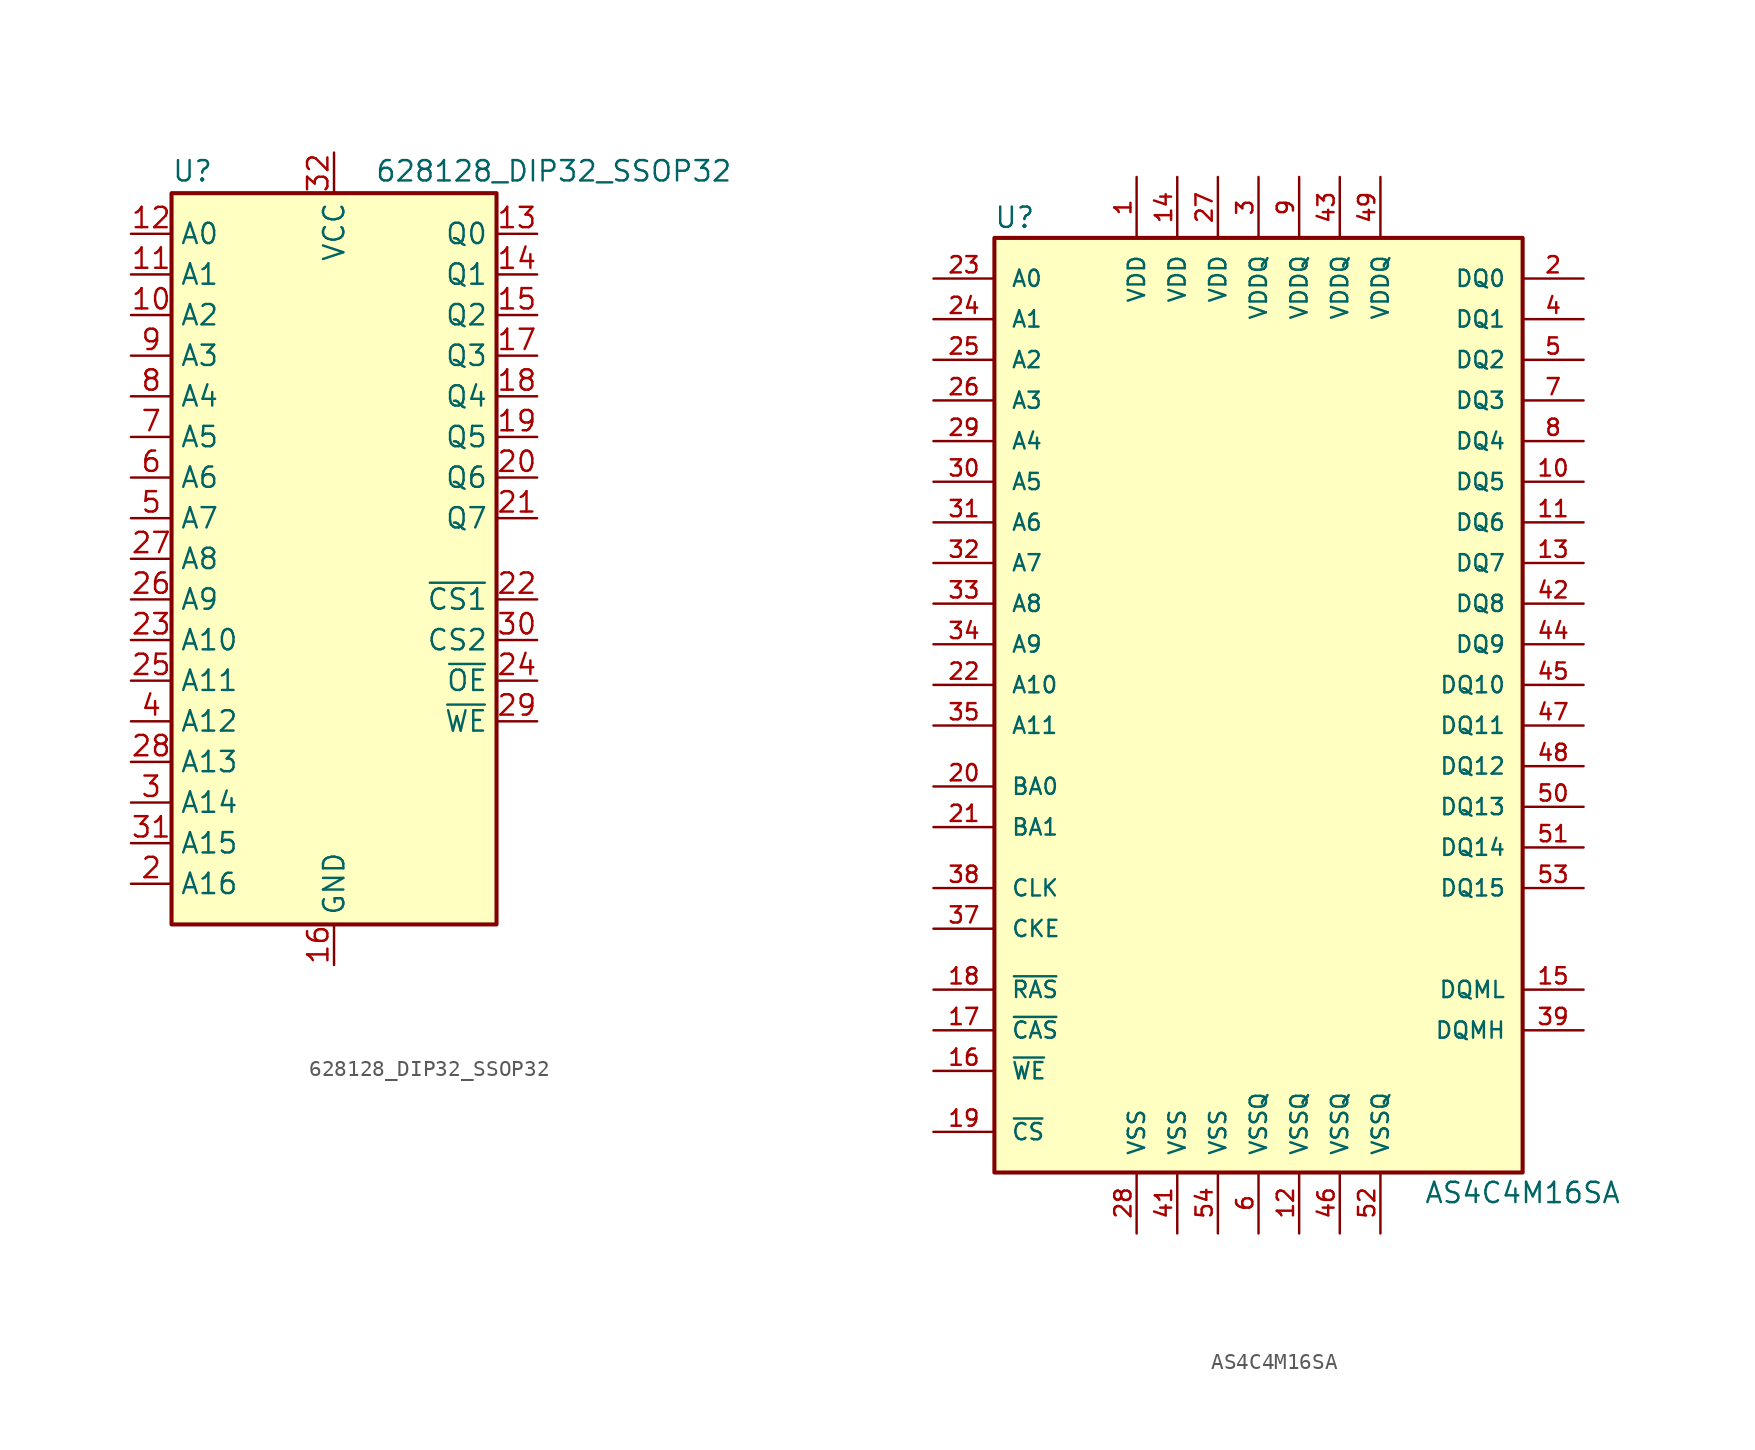
<source format=kicad_sym>
(kicad_symbol_lib
  (version 20201005)
  (generator kicad_symbol_editor)
  (symbol "628128_DIP32_SSOP32"
    (property "Reference" "U"
      (at -10.16 23.495 0)
      (effects (font (size 1.27 1.27)) (justify left bottom)))
    (property "Value" "628128_DIP32_SSOP32"
      (at 2.54 23.495 0)
      (effects (font (size 1.27 1.27)) (justify left bottom)))
    (symbol "628128_DIP32_SSOP32_0_0"
      (pin power_in line (at 0 -25.4 90) (length 2.54) (name "GND" (effects (font (size 1.27 1.27)))) (number "16" (effects (font (size 1.27 1.27)))))
      (pin power_in line (at 0 25.4 270) (length 2.54) (name "VCC" (effects (font (size 1.27 1.27)))) (number "32" (effects (font (size 1.27 1.27))))))
    (symbol "628128_DIP32_SSOP32_0_1"
      (rectangle (start -10.16 22.86) (end 10.16 -22.86) (stroke (width 0.254)) (fill (type background))))
    (symbol "628128_DIP32_SSOP32_1_1"
      (pin no_connect line (at 10.16 -20.32 180) (length 2.54) hide (name "NC" (effects (font (size 1.27 1.27)))) (number "1" (effects (font (size 1.27 1.27)))))
      (pin input line (at -12.7 15.24 0) (length 2.54) (name "A2" (effects (font (size 1.27 1.27)))) (number "10" (effects (font (size 1.27 1.27)))))
      (pin input line (at -12.7 17.78 0) (length 2.54) (name "A1" (effects (font (size 1.27 1.27)))) (number "11" (effects (font (size 1.27 1.27)))))
      (pin input line (at -12.7 20.32 0) (length 2.54) (name "A0" (effects (font (size 1.27 1.27)))) (number "12" (effects (font (size 1.27 1.27)))))
      (pin tri_state line (at 12.7 20.32 180) (length 2.54) (name "Q0" (effects (font (size 1.27 1.27)))) (number "13" (effects (font (size 1.27 1.27)))))
      (pin tri_state line (at 12.7 17.78 180) (length 2.54) (name "Q1" (effects (font (size 1.27 1.27)))) (number "14" (effects (font (size 1.27 1.27)))))
      (pin tri_state line (at 12.7 15.24 180) (length 2.54) (name "Q2" (effects (font (size 1.27 1.27)))) (number "15" (effects (font (size 1.27 1.27)))))
      (pin tri_state line (at 12.7 12.7 180) (length 2.54) (name "Q3" (effects (font (size 1.27 1.27)))) (number "17" (effects (font (size 1.27 1.27)))))
      (pin tri_state line (at 12.7 10.16 180) (length 2.54) (name "Q4" (effects (font (size 1.27 1.27)))) (number "18" (effects (font (size 1.27 1.27)))))
      (pin tri_state line (at 12.7 7.62 180) (length 2.54) (name "Q5" (effects (font (size 1.27 1.27)))) (number "19" (effects (font (size 1.27 1.27)))))
      (pin input line (at -12.7 -20.32 0) (length 2.54) (name "A16" (effects (font (size 1.27 1.27)))) (number "2" (effects (font (size 1.27 1.27)))))
      (pin tri_state line (at 12.7 5.08 180) (length 2.54) (name "Q6" (effects (font (size 1.27 1.27)))) (number "20" (effects (font (size 1.27 1.27)))))
      (pin tri_state line (at 12.7 2.54 180) (length 2.54) (name "Q7" (effects (font (size 1.27 1.27)))) (number "21" (effects (font (size 1.27 1.27)))))
      (pin input line (at 12.7 -2.54 180) (length 2.54) (name "~CS1" (effects (font (size 1.27 1.27)))) (number "22" (effects (font (size 1.27 1.27)))))
      (pin input line (at -12.7 -5.08 0) (length 2.54) (name "A10" (effects (font (size 1.27 1.27)))) (number "23" (effects (font (size 1.27 1.27)))))
      (pin input line (at 12.7 -7.62 180) (length 2.54) (name "~OE" (effects (font (size 1.27 1.27)))) (number "24" (effects (font (size 1.27 1.27)))))
      (pin input line (at -12.7 -7.62 0) (length 2.54) (name "A11" (effects (font (size 1.27 1.27)))) (number "25" (effects (font (size 1.27 1.27)))))
      (pin input line (at -12.7 -2.54 0) (length 2.54) (name "A9" (effects (font (size 1.27 1.27)))) (number "26" (effects (font (size 1.27 1.27)))))
      (pin input line (at -12.7 0 0) (length 2.54) (name "A8" (effects (font (size 1.27 1.27)))) (number "27" (effects (font (size 1.27 1.27)))))
      (pin input line (at -12.7 -12.7 0) (length 2.54) (name "A13" (effects (font (size 1.27 1.27)))) (number "28" (effects (font (size 1.27 1.27)))))
      (pin input line (at 12.7 -10.16 180) (length 2.54) (name "~WE" (effects (font (size 1.27 1.27)))) (number "29" (effects (font (size 1.27 1.27)))))
      (pin input line (at -12.7 -15.24 0) (length 2.54) (name "A14" (effects (font (size 1.27 1.27)))) (number "3" (effects (font (size 1.27 1.27)))))
      (pin input line (at 12.7 -5.08 180) (length 2.54) (name "CS2" (effects (font (size 1.27 1.27)))) (number "30" (effects (font (size 1.27 1.27)))))
      (pin input line (at -12.7 -17.78 0) (length 2.54) (name "A15" (effects (font (size 1.27 1.27)))) (number "31" (effects (font (size 1.27 1.27)))))
      (pin input line (at -12.7 -10.16 0) (length 2.54) (name "A12" (effects (font (size 1.27 1.27)))) (number "4" (effects (font (size 1.27 1.27)))))
      (pin input line (at -12.7 2.54 0) (length 2.54) (name "A7" (effects (font (size 1.27 1.27)))) (number "5" (effects (font (size 1.27 1.27)))))
      (pin input line (at -12.7 5.08 0) (length 2.54) (name "A6" (effects (font (size 1.27 1.27)))) (number "6" (effects (font (size 1.27 1.27)))))
      (pin input line (at -12.7 7.62 0) (length 2.54) (name "A5" (effects (font (size 1.27 1.27)))) (number "7" (effects (font (size 1.27 1.27)))))
      (pin input line (at -12.7 10.16 0) (length 2.54) (name "A4" (effects (font (size 1.27 1.27)))) (number "8" (effects (font (size 1.27 1.27)))))
      (pin input line (at -12.7 12.7 0) (length 2.54) (name "A3" (effects (font (size 1.27 1.27)))) (number "9" (effects (font (size 1.27 1.27)))))))
  (symbol "AS4C4M16SA"
    (pin_names
      (offset 1.016))
    (property "Reference" "U"
      (at -15.24 30.48 0)
      (effects (font (size 1.27 1.27))))
    (property "Value" "AS4C4M16SA"
      (at 16.51 -30.48 0)
      (effects (font (size 1.27 1.27))))
    (symbol "AS4C4M16SA_0_1"
      (rectangle (start -16.51 29.21) (end 16.51 -29.21) (stroke (width 0.254)) (fill (type background))))
    (symbol "AS4C4M16SA_1_1"
      (pin power_in line (at -7.62 33.02 270) (length 3.81) (name "VDD" (effects (font (size 1.016 1.016)))) (number "1" (effects (font (size 1.016 1.016)))))
      (pin bidirectional line (at 20.32 13.97 180) (length 3.81) (name "DQ5" (effects (font (size 1.016 1.016)))) (number "10" (effects (font (size 1.016 1.016)))))
      (pin bidirectional line (at 20.32 11.43 180) (length 3.81) (name "DQ6" (effects (font (size 1.016 1.016)))) (number "11" (effects (font (size 1.016 1.016)))))
      (pin power_in line (at 2.54 -33.02 90) (length 3.81) (name "VSSQ" (effects (font (size 1.016 1.016)))) (number "12" (effects (font (size 1.016 1.016)))))
      (pin bidirectional line (at 20.32 8.89 180) (length 3.81) (name "DQ7" (effects (font (size 1.016 1.016)))) (number "13" (effects (font (size 1.016 1.016)))))
      (pin power_in line (at -5.08 33.02 270) (length 3.81) (name "VDD" (effects (font (size 1.016 1.016)))) (number "14" (effects (font (size 1.016 1.016)))))
      (pin input line (at 20.32 -17.78 180) (length 3.81) (name "DQML" (effects (font (size 1.016 1.016)))) (number "15" (effects (font (size 1.016 1.016)))))
      (pin input line (at -20.32 -22.86 0) (length 3.81) (name "~WE~" (effects (font (size 1.016 1.016)))) (number "16" (effects (font (size 1.016 1.016)))))
      (pin input line (at -20.32 -20.32 0) (length 3.81) (name "~CAS~" (effects (font (size 1.016 1.016)))) (number "17" (effects (font (size 1.016 1.016)))))
      (pin input line (at -20.32 -17.78 0) (length 3.81) (name "~RAS~" (effects (font (size 1.016 1.016)))) (number "18" (effects (font (size 1.016 1.016)))))
      (pin input line (at -20.32 -26.67 0) (length 3.81) (name "~CS~" (effects (font (size 1.016 1.016)))) (number "19" (effects (font (size 1.016 1.016)))))
      (pin bidirectional line (at 20.32 26.67 180) (length 3.81) (name "DQ0" (effects (font (size 1.016 1.016)))) (number "2" (effects (font (size 1.016 1.016)))))
      (pin input line (at -20.32 -5.08 0) (length 3.81) (name "BA0" (effects (font (size 1.016 1.016)))) (number "20" (effects (font (size 1.016 1.016)))))
      (pin input line (at -20.32 -7.62 0) (length 3.81) (name "BA1" (effects (font (size 1.016 1.016)))) (number "21" (effects (font (size 1.016 1.016)))))
      (pin input line (at -20.32 1.27 0) (length 3.81) (name "A10" (effects (font (size 1.016 1.016)))) (number "22" (effects (font (size 1.016 1.016)))))
      (pin input line (at -20.32 26.67 0) (length 3.81) (name "A0" (effects (font (size 1.016 1.016)))) (number "23" (effects (font (size 1.016 1.016)))))
      (pin input line (at -20.32 24.13 0) (length 3.81) (name "A1" (effects (font (size 1.016 1.016)))) (number "24" (effects (font (size 1.016 1.016)))))
      (pin input line (at -20.32 21.59 0) (length 3.81) (name "A2" (effects (font (size 1.016 1.016)))) (number "25" (effects (font (size 1.016 1.016)))))
      (pin input line (at -20.32 19.05 0) (length 3.81) (name "A3" (effects (font (size 1.016 1.016)))) (number "26" (effects (font (size 1.016 1.016)))))
      (pin power_in line (at -2.54 33.02 270) (length 3.81) (name "VDD" (effects (font (size 1.016 1.016)))) (number "27" (effects (font (size 1.016 1.016)))))
      (pin power_in line (at -7.62 -33.02 90) (length 3.81) (name "VSS" (effects (font (size 1.016 1.016)))) (number "28" (effects (font (size 1.016 1.016)))))
      (pin input line (at -20.32 16.51 0) (length 3.81) (name "A4" (effects (font (size 1.016 1.016)))) (number "29" (effects (font (size 1.016 1.016)))))
      (pin power_in line (at 0 33.02 270) (length 3.81) (name "VDDQ" (effects (font (size 1.016 1.016)))) (number "3" (effects (font (size 1.016 1.016)))))
      (pin input line (at -20.32 13.97 0) (length 3.81) (name "A5" (effects (font (size 1.016 1.016)))) (number "30" (effects (font (size 1.016 1.016)))))
      (pin input line (at -20.32 11.43 0) (length 3.81) (name "A6" (effects (font (size 1.016 1.016)))) (number "31" (effects (font (size 1.016 1.016)))))
      (pin input line (at -20.32 8.89 0) (length 3.81) (name "A7" (effects (font (size 1.016 1.016)))) (number "32" (effects (font (size 1.016 1.016)))))
      (pin input line (at -20.32 6.35 0) (length 3.81) (name "A8" (effects (font (size 1.016 1.016)))) (number "33" (effects (font (size 1.016 1.016)))))
      (pin input line (at -20.32 3.81 0) (length 3.81) (name "A9" (effects (font (size 1.016 1.016)))) (number "34" (effects (font (size 1.016 1.016)))))
      (pin input line (at -20.32 -1.27 0) (length 3.81) (name "A11" (effects (font (size 1.016 1.016)))) (number "35" (effects (font (size 1.016 1.016)))))
      (pin input line (at -20.32 -13.97 0) (length 3.81) (name "CKE" (effects (font (size 1.016 1.016)))) (number "37" (effects (font (size 1.016 1.016)))))
      (pin input line (at -20.32 -11.43 0) (length 3.81) (name "CLK" (effects (font (size 1.016 1.016)))) (number "38" (effects (font (size 1.016 1.016)))))
      (pin input line (at 20.32 -20.32 180) (length 3.81) (name "DQMH" (effects (font (size 1.016 1.016)))) (number "39" (effects (font (size 1.016 1.016)))))
      (pin bidirectional line (at 20.32 24.13 180) (length 3.81) (name "DQ1" (effects (font (size 1.016 1.016)))) (number "4" (effects (font (size 1.016 1.016)))))
      (pin power_in line (at -5.08 -33.02 90) (length 3.81) (name "VSS" (effects (font (size 1.016 1.016)))) (number "41" (effects (font (size 1.016 1.016)))))
      (pin bidirectional line (at 20.32 6.35 180) (length 3.81) (name "DQ8" (effects (font (size 1.016 1.016)))) (number "42" (effects (font (size 1.016 1.016)))))
      (pin power_in line (at 5.08 33.02 270) (length 3.81) (name "VDDQ" (effects (font (size 1.016 1.016)))) (number "43" (effects (font (size 1.016 1.016)))))
      (pin bidirectional line (at 20.32 3.81 180) (length 3.81) (name "DQ9" (effects (font (size 1.016 1.016)))) (number "44" (effects (font (size 1.016 1.016)))))
      (pin bidirectional line (at 20.32 1.27 180) (length 3.81) (name "DQ10" (effects (font (size 1.016 1.016)))) (number "45" (effects (font (size 1.016 1.016)))))
      (pin power_in line (at 5.08 -33.02 90) (length 3.81) (name "VSSQ" (effects (font (size 1.016 1.016)))) (number "46" (effects (font (size 1.016 1.016)))))
      (pin bidirectional line (at 20.32 -1.27 180) (length 3.81) (name "DQ11" (effects (font (size 1.016 1.016)))) (number "47" (effects (font (size 1.016 1.016)))))
      (pin bidirectional line (at 20.32 -3.81 180) (length 3.81) (name "DQ12" (effects (font (size 1.016 1.016)))) (number "48" (effects (font (size 1.016 1.016)))))
      (pin power_in line (at 7.62 33.02 270) (length 3.81) (name "VDDQ" (effects (font (size 1.016 1.016)))) (number "49" (effects (font (size 1.016 1.016)))))
      (pin bidirectional line (at 20.32 21.59 180) (length 3.81) (name "DQ2" (effects (font (size 1.016 1.016)))) (number "5" (effects (font (size 1.016 1.016)))))
      (pin bidirectional line (at 20.32 -6.35 180) (length 3.81) (name "DQ13" (effects (font (size 1.016 1.016)))) (number "50" (effects (font (size 1.016 1.016)))))
      (pin bidirectional line (at 20.32 -8.89 180) (length 3.81) (name "DQ14" (effects (font (size 1.016 1.016)))) (number "51" (effects (font (size 1.016 1.016)))))
      (pin power_in line (at 7.62 -33.02 90) (length 3.81) (name "VSSQ" (effects (font (size 1.016 1.016)))) (number "52" (effects (font (size 1.016 1.016)))))
      (pin bidirectional line (at 20.32 -11.43 180) (length 3.81) (name "DQ15" (effects (font (size 1.016 1.016)))) (number "53" (effects (font (size 1.016 1.016)))))
      (pin power_in line (at -2.54 -33.02 90) (length 3.81) (name "VSS" (effects (font (size 1.016 1.016)))) (number "54" (effects (font (size 1.016 1.016)))))
      (pin power_in line (at 0 -33.02 90) (length 3.81) (name "VSSQ" (effects (font (size 1.016 1.016)))) (number "6" (effects (font (size 1.016 1.016)))))
      (pin bidirectional line (at 20.32 19.05 180) (length 3.81) (name "DQ3" (effects (font (size 1.016 1.016)))) (number "7" (effects (font (size 1.016 1.016)))))
      (pin bidirectional line (at 20.32 16.51 180) (length 3.81) (name "DQ4" (effects (font (size 1.016 1.016)))) (number "8" (effects (font (size 1.016 1.016)))))
      (pin power_in line (at 2.54 33.02 270) (length 3.81) (name "VDDQ" (effects (font (size 1.016 1.016)))) (number "9" (effects (font (size 1.016 1.016))))))))
</source>
